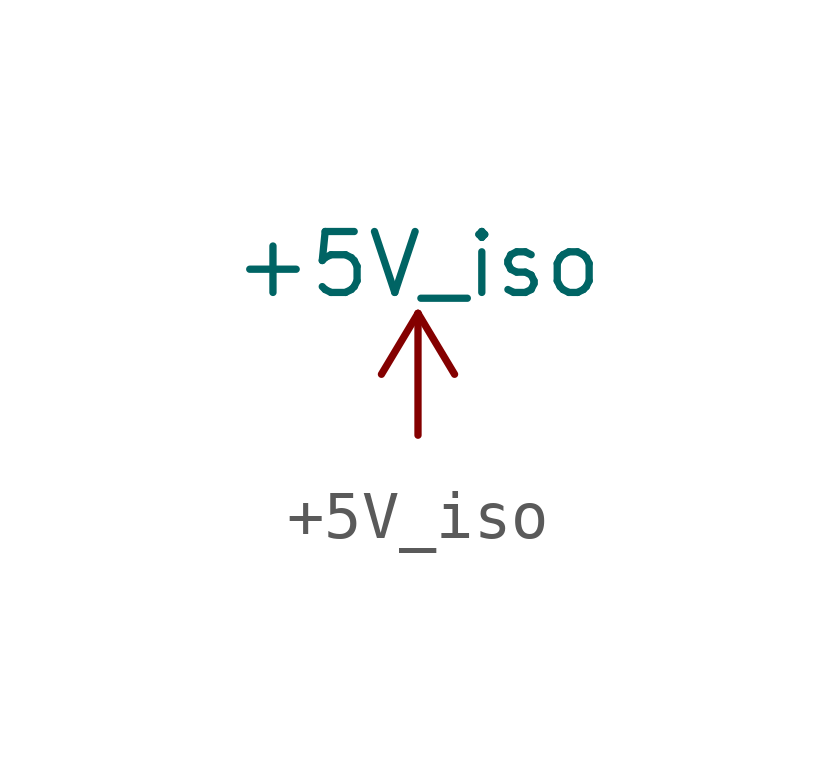
<source format=kicad_sym>
(kicad_symbol_lib
  (version 20220914)
  (generator kicad_symbol_editor)
  (symbol "+5V_iso"
    (power)
    (pin_names
      (offset 0))
    (property "Reference" "#PWR"
      (at 0 -3.81 0)
      (effects (font (size 1.27 1.27)) hide))
    (property "Value" "+5V_iso"
      (at 0 3.556 0)
      (effects (font (size 1.27 1.27))))
    (symbol "+5V_iso_0_1"
      (polyline (pts (xy -0.762 1.27) (xy 0 2.54)) (stroke (width 0) (type default)) (fill (type none)))
      (polyline (pts (xy 0 0) (xy 0 2.54)) (stroke (width 0) (type default)) (fill (type none)))
      (polyline (pts (xy 0 2.54) (xy 0.762 1.27)) (stroke (width 0) (type default)) (fill (type none))))
    (symbol "+5V_iso_1_1"
      (pin power_in line (at 0 0 90) (length 0) hide (name "+3.3V" (effects (font (size 1.27 1.27)))) (number "1" (effects (font (size 1.27 1.27))))))))
</source>
